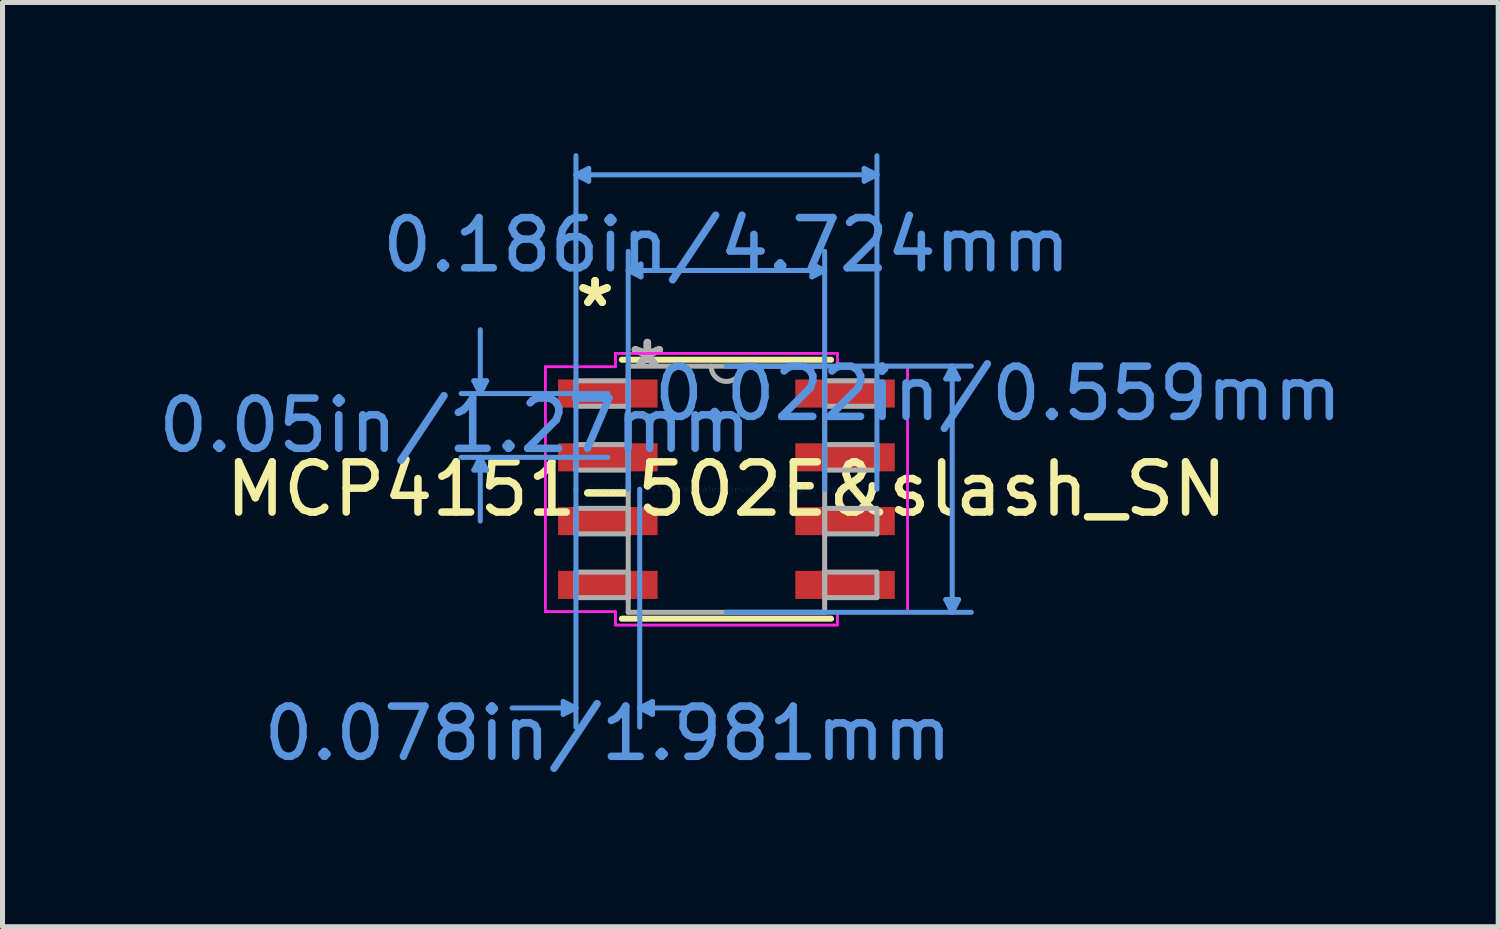
<source format=kicad_pcb>
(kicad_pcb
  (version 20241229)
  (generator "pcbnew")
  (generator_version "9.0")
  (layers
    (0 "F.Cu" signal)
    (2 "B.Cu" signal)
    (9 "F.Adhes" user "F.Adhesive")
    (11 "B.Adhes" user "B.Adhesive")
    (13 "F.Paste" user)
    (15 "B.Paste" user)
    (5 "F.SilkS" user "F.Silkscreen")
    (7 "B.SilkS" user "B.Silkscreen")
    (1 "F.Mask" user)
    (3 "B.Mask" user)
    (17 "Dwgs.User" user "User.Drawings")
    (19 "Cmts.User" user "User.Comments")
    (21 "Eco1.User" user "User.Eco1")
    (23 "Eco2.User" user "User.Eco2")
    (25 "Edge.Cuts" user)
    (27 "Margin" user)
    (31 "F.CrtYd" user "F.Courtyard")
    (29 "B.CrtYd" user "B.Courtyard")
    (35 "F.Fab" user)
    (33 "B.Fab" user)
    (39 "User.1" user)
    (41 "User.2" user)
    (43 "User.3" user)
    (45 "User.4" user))
  (footprint "MCP4151-502E&slash_SN"
    (layer "F.Cu")
    (at 11.416 6.692)
    (property "Reference" "MCP4151-502E&slash_SN" (at 0 0 0) (layer "F.SilkS") (effects (font (size 1 1) (thickness 0.15))))
    (attr through_hole)
    (fp_line (start -2.083 2.578) (end 2.083 2.578) (stroke (width 0.12) (type solid)) (layer "F.SilkS"))
    (fp_line (start 2.083 -2.578) (end -2.083 -2.578) (stroke (width 0.12) (type solid)) (layer "F.SilkS"))
    (fp_line (start -5.029 -2.159) (end -4.775 -2.159) (stroke (width 0.1) (type solid)) (layer "Cmts.User"))
    (fp_line (start -5.029 -0.381) (end -4.775 -0.381) (stroke (width 0.1) (type solid)) (layer "Cmts.User"))
    (fp_line (start -4.902 -1.905) (end -5.029 -2.159) (stroke (width 0.1) (type solid)) (layer "Cmts.User"))
    (fp_line (start -4.902 -1.905) (end -4.902 -3.175) (stroke (width 0.1) (type solid)) (layer "Cmts.User"))
    (fp_line (start -4.902 -1.905) (end -4.775 -2.159) (stroke (width 0.1) (type solid)) (layer "Cmts.User"))
    (fp_line (start -4.902 -0.635) (end -5.029 -0.381) (stroke (width 0.1) (type solid)) (layer "Cmts.User"))
    (fp_line (start -4.902 -0.635) (end -4.902 0.635) (stroke (width 0.1) (type solid)) (layer "Cmts.User"))
    (fp_line (start -4.902 -0.635) (end -4.775 -0.381) (stroke (width 0.1) (type solid)) (layer "Cmts.User"))
    (fp_line (start -3.251 4.229) (end -3.251 4.483) (stroke (width 0.1) (type solid)) (layer "Cmts.User"))
    (fp_line (start -2.997 -6.261) (end -2.743 -6.388) (stroke (width 0.1) (type solid)) (layer "Cmts.User"))
    (fp_line (start -2.997 -6.261) (end -2.743 -6.134) (stroke (width 0.1) (type solid)) (layer "Cmts.User"))
    (fp_line (start -2.997 -6.261) (end 2.997 -6.261) (stroke (width 0.1) (type solid)) (layer "Cmts.User"))
    (fp_line (start -2.997 0) (end -2.997 -6.642) (stroke (width 0.1) (type solid)) (layer "Cmts.User"))
    (fp_line (start -2.997 0) (end -2.997 4.737) (stroke (width 0.1) (type solid)) (layer "Cmts.User"))
    (fp_line (start -2.997 4.356) (end -4.267 4.356) (stroke (width 0.1) (type solid)) (layer "Cmts.User"))
    (fp_line (start -2.997 4.356) (end -3.251 4.229) (stroke (width 0.1) (type solid)) (layer "Cmts.User"))
    (fp_line (start -2.997 4.356) (end -3.251 4.483) (stroke (width 0.1) (type solid)) (layer "Cmts.User"))
    (fp_line (start -2.743 -6.388) (end -2.743 -6.134) (stroke (width 0.1) (type solid)) (layer "Cmts.User"))
    (fp_line (start -2.362 -1.905) (end -5.283 -1.905) (stroke (width 0.1) (type solid)) (layer "Cmts.User"))
    (fp_line (start -2.362 -0.635) (end -5.283 -0.635) (stroke (width 0.1) (type solid)) (layer "Cmts.User"))
    (fp_line (start -1.956 -4.356) (end -1.702 -4.483) (stroke (width 0.1) (type solid)) (layer "Cmts.User"))
    (fp_line (start -1.956 -4.356) (end -1.702 -4.229) (stroke (width 0.1) (type solid)) (layer "Cmts.User"))
    (fp_line (start -1.956 -4.356) (end 1.956 -4.356) (stroke (width 0.1) (type solid)) (layer "Cmts.User"))
    (fp_line (start -1.956 0) (end -1.956 -4.737) (stroke (width 0.1) (type solid)) (layer "Cmts.User"))
    (fp_line (start -1.727 0) (end -1.727 4.737) (stroke (width 0.1) (type solid)) (layer "Cmts.User"))
    (fp_line (start -1.727 4.356) (end -1.473 4.229) (stroke (width 0.1) (type solid)) (layer "Cmts.User"))
    (fp_line (start -1.727 4.356) (end -1.473 4.483) (stroke (width 0.1) (type solid)) (layer "Cmts.User"))
    (fp_line (start -1.727 4.356) (end -0.457 4.356) (stroke (width 0.1) (type solid)) (layer "Cmts.User"))
    (fp_line (start -1.702 -4.483) (end -1.702 -4.229) (stroke (width 0.1) (type solid)) (layer "Cmts.User"))
    (fp_line (start -1.473 4.229) (end -1.473 4.483) (stroke (width 0.1) (type solid)) (layer "Cmts.User"))
    (fp_line (start 0 -2.451) (end 4.877 -2.451) (stroke (width 0.1) (type solid)) (layer "Cmts.User"))
    (fp_line (start 0 2.451) (end 4.877 2.451) (stroke (width 0.1) (type solid)) (layer "Cmts.User"))
    (fp_line (start 1.702 -4.483) (end 1.702 -4.229) (stroke (width 0.1) (type solid)) (layer "Cmts.User"))
    (fp_line (start 1.956 -4.356) (end 1.702 -4.483) (stroke (width 0.1) (type solid)) (layer "Cmts.User"))
    (fp_line (start 1.956 -4.356) (end 1.702 -4.229) (stroke (width 0.1) (type solid)) (layer "Cmts.User"))
    (fp_line (start 1.956 0) (end 1.956 -4.737) (stroke (width 0.1) (type solid)) (layer "Cmts.User"))
    (fp_line (start 2.743 -6.388) (end 2.743 -6.134) (stroke (width 0.1) (type solid)) (layer "Cmts.User"))
    (fp_line (start 2.997 -6.261) (end 2.743 -6.388) (stroke (width 0.1) (type solid)) (layer "Cmts.User"))
    (fp_line (start 2.997 -6.261) (end 2.743 -6.134) (stroke (width 0.1) (type solid)) (layer "Cmts.User"))
    (fp_line (start 2.997 0) (end 2.997 -6.642) (stroke (width 0.1) (type solid)) (layer "Cmts.User"))
    (fp_line (start 4.369 -2.197) (end 4.623 -2.197) (stroke (width 0.1) (type solid)) (layer "Cmts.User"))
    (fp_line (start 4.369 2.197) (end 4.623 2.197) (stroke (width 0.1) (type solid)) (layer "Cmts.User"))
    (fp_line (start 4.496 -2.451) (end 4.369 -2.197) (stroke (width 0.1) (type solid)) (layer "Cmts.User"))
    (fp_line (start 4.496 -2.451) (end 4.496 2.451) (stroke (width 0.1) (type solid)) (layer "Cmts.User"))
    (fp_line (start 4.496 -2.451) (end 4.623 -2.197) (stroke (width 0.1) (type solid)) (layer "Cmts.User"))
    (fp_line (start 4.496 2.451) (end 4.369 2.197) (stroke (width 0.1) (type solid)) (layer "Cmts.User"))
    (fp_line (start 4.496 2.451) (end 4.623 2.197) (stroke (width 0.1) (type solid)) (layer "Cmts.User"))
    (fp_line (start -3.607 -2.438) (end -2.21 -2.438) (stroke (width 0.05) (type solid)) (layer "F.CrtYd"))
    (fp_line (start -3.607 -2.438) (end -2.21 -2.438) (stroke (width 0.05) (type solid)) (layer "F.CrtYd"))
    (fp_line (start -3.607 2.438) (end -3.607 -2.438) (stroke (width 0.05) (type solid)) (layer "F.CrtYd"))
    (fp_line (start -3.607 2.438) (end -3.607 -2.438) (stroke (width 0.05) (type solid)) (layer "F.CrtYd"))
    (fp_line (start -3.607 2.438) (end -2.21 2.438) (stroke (width 0.05) (type solid)) (layer "F.CrtYd"))
    (fp_line (start -2.21 -2.705) (end 2.21 -2.705) (stroke (width 0.05) (type solid)) (layer "F.CrtYd"))
    (fp_line (start -2.21 -2.705) (end 2.21 -2.705) (stroke (width 0.05) (type solid)) (layer "F.CrtYd"))
    (fp_line (start -2.21 -2.438) (end -2.21 -2.705) (stroke (width 0.05) (type solid)) (layer "F.CrtYd"))
    (fp_line (start -2.21 -2.438) (end -2.21 -2.705) (stroke (width 0.05) (type solid)) (layer "F.CrtYd"))
    (fp_line (start -2.21 2.438) (end -3.607 2.438) (stroke (width 0.05) (type solid)) (layer "F.CrtYd"))
    (fp_line (start -2.21 2.705) (end -2.21 2.438) (stroke (width 0.05) (type solid)) (layer "F.CrtYd"))
    (fp_line (start -2.21 2.705) (end -2.21 2.438) (stroke (width 0.05) (type solid)) (layer "F.CrtYd"))
    (fp_line (start 2.21 -2.705) (end 2.21 -2.438) (stroke (width 0.05) (type solid)) (layer "F.CrtYd"))
    (fp_line (start 2.21 -2.705) (end 2.21 -2.438) (stroke (width 0.05) (type solid)) (layer "F.CrtYd"))
    (fp_line (start 2.21 -2.438) (end 3.607 -2.438) (stroke (width 0.05) (type solid)) (layer "F.CrtYd"))
    (fp_line (start 2.21 2.438) (end 2.21 2.705) (stroke (width 0.05) (type solid)) (layer "F.CrtYd"))
    (fp_line (start 2.21 2.438) (end 2.21 2.705) (stroke (width 0.05) (type solid)) (layer "F.CrtYd"))
    (fp_line (start 2.21 2.705) (end -2.21 2.705) (stroke (width 0.05) (type solid)) (layer "F.CrtYd"))
    (fp_line (start 2.21 2.705) (end -2.21 2.705) (stroke (width 0.05) (type solid)) (layer "F.CrtYd"))
    (fp_line (start 3.607 -2.438) (end 2.21 -2.438) (stroke (width 0.05) (type solid)) (layer "F.CrtYd"))
    (fp_line (start 3.607 -2.438) (end 3.607 2.438) (stroke (width 0.05) (type solid)) (layer "F.CrtYd"))
    (fp_line (start 3.607 -2.438) (end 3.607 2.438) (stroke (width 0.05) (type solid)) (layer "F.CrtYd"))
    (fp_line (start 3.607 2.438) (end 2.21 2.438) (stroke (width 0.05) (type solid)) (layer "F.CrtYd"))
    (fp_line (start 3.607 2.438) (end 2.21 2.438) (stroke (width 0.05) (type solid)) (layer "F.CrtYd"))
    (fp_line (start -2.997 -2.159) (end -2.997 -1.651) (stroke (width 0.1) (type solid)) (layer "F.Fab"))
    (fp_line (start -2.997 -1.651) (end -1.956 -1.651) (stroke (width 0.1) (type solid)) (layer "F.Fab"))
    (fp_line (start -2.997 -0.889) (end -2.997 -0.381) (stroke (width 0.1) (type solid)) (layer "F.Fab"))
    (fp_line (start -2.997 -0.381) (end -1.956 -0.381) (stroke (width 0.1) (type solid)) (layer "F.Fab"))
    (fp_line (start -2.997 0.381) (end -2.997 0.889) (stroke (width 0.1) (type solid)) (layer "F.Fab"))
    (fp_line (start -2.997 0.889) (end -1.956 0.889) (stroke (width 0.1) (type solid)) (layer "F.Fab"))
    (fp_line (start -2.997 1.651) (end -2.997 2.159) (stroke (width 0.1) (type solid)) (layer "F.Fab"))
    (fp_line (start -2.997 2.159) (end -1.956 2.159) (stroke (width 0.1) (type solid)) (layer "F.Fab"))
    (fp_line (start -1.956 -2.451) (end -1.956 2.451) (stroke (width 0.1) (type solid)) (layer "F.Fab"))
    (fp_line (start -1.956 -2.159) (end -2.997 -2.159) (stroke (width 0.1) (type solid)) (layer "F.Fab"))
    (fp_line (start -1.956 -1.651) (end -1.956 -2.159) (stroke (width 0.1) (type solid)) (layer "F.Fab"))
    (fp_line (start -1.956 -0.889) (end -2.997 -0.889) (stroke (width 0.1) (type solid)) (layer "F.Fab"))
    (fp_line (start -1.956 -0.381) (end -1.956 -0.889) (stroke (width 0.1) (type solid)) (layer "F.Fab"))
    (fp_line (start -1.956 0.381) (end -2.997 0.381) (stroke (width 0.1) (type solid)) (layer "F.Fab"))
    (fp_line (start -1.956 0.889) (end -1.956 0.381) (stroke (width 0.1) (type solid)) (layer "F.Fab"))
    (fp_line (start -1.956 1.651) (end -2.997 1.651) (stroke (width 0.1) (type solid)) (layer "F.Fab"))
    (fp_line (start -1.956 2.159) (end -1.956 1.651) (stroke (width 0.1) (type solid)) (layer "F.Fab"))
    (fp_line (start -1.956 2.451) (end 1.956 2.451) (stroke (width 0.1) (type solid)) (layer "F.Fab"))
    (fp_line (start 1.956 -2.451) (end -1.956 -2.451) (stroke (width 0.1) (type solid)) (layer "F.Fab"))
    (fp_line (start 1.956 -2.159) (end 1.956 -1.651) (stroke (width 0.1) (type solid)) (layer "F.Fab"))
    (fp_line (start 1.956 -1.651) (end 2.997 -1.651) (stroke (width 0.1) (type solid)) (layer "F.Fab"))
    (fp_line (start 1.956 -0.889) (end 1.956 -0.381) (stroke (width 0.1) (type solid)) (layer "F.Fab"))
    (fp_line (start 1.956 -0.381) (end 2.997 -0.381) (stroke (width 0.1) (type solid)) (layer "F.Fab"))
    (fp_line (start 1.956 0.381) (end 1.956 0.889) (stroke (width 0.1) (type solid)) (layer "F.Fab"))
    (fp_line (start 1.956 0.889) (end 2.997 0.889) (stroke (width 0.1) (type solid)) (layer "F.Fab"))
    (fp_line (start 1.956 1.651) (end 1.956 2.159) (stroke (width 0.1) (type solid)) (layer "F.Fab"))
    (fp_line (start 1.956 2.159) (end 2.997 2.159) (stroke (width 0.1) (type solid)) (layer "F.Fab"))
    (fp_line (start 1.956 2.451) (end 1.956 -2.451) (stroke (width 0.1) (type solid)) (layer "F.Fab"))
    (fp_line (start 2.997 -2.159) (end 1.956 -2.159) (stroke (width 0.1) (type solid)) (layer "F.Fab"))
    (fp_line (start 2.997 -1.651) (end 2.997 -2.159) (stroke (width 0.1) (type solid)) (layer "F.Fab"))
    (fp_line (start 2.997 -0.889) (end 1.956 -0.889) (stroke (width 0.1) (type solid)) (layer "F.Fab"))
    (fp_line (start 2.997 -0.381) (end 2.997 -0.889) (stroke (width 0.1) (type solid)) (layer "F.Fab"))
    (fp_line (start 2.997 0.381) (end 1.956 0.381) (stroke (width 0.1) (type solid)) (layer "F.Fab"))
    (fp_line (start 2.997 0.889) (end 2.997 0.381) (stroke (width 0.1) (type solid)) (layer "F.Fab"))
    (fp_line (start 2.997 1.651) (end 1.956 1.651) (stroke (width 0.1) (type solid)) (layer "F.Fab"))
    (fp_line (start 2.997 2.159) (end 2.997 1.651) (stroke (width 0.1) (type solid)) (layer "F.Fab"))
    (fp_arc (start 0.3048 -2.4511) (mid 0 -2.1463) (end -0.3048 -2.4511) (stroke (width 0.1) (type solid)) (layer "F.Fab"))
    (fp_text user "*" (at -2.616 -3.607 0) (layer "F.SilkS") (effects (font (size 1 1) (thickness 0.15))))
    (fp_text user "*" (at -2.616 -3.607 0) (layer "F.SilkS") (effects (font (size 1 1) (thickness 0.15))))
    (fp_text user "0.186in/4.724mm" (at 0 -4.864 0) (layer "Cmts.User") (effects (font (size 1 1) (thickness 0.15))))
    (fp_text user "0.05in/1.27mm" (at -5.41 -1.27 0) (layer "Cmts.User") (effects (font (size 1 1) (thickness 0.15))))
    (fp_text user "0.078in/1.981mm" (at -2.362 4.864 0) (layer "Cmts.User") (effects (font (size 1 1) (thickness 0.15))))
    (fp_text user "Copyright 2021 Accelerated Designs. All rights reserved." (at 0 0 0) (layer "Cmts.User") (effects (font (size 0.127 0.127) (thickness 0.002))))
    (fp_text user "0.022in/0.559mm" (at 5.41 -1.905 0) (layer "Cmts.User") (effects (font (size 1 1) (thickness 0.15))))
    (fp_text user "*" (at -1.575 -2.375 0) (layer "F.Fab") (effects (font (size 1 1) (thickness 0.15))))
    (fp_text user "*" (at -1.575 -2.375 0) (layer "F.Fab") (effects (font (size 1 1) (thickness 0.15))))
    (pad "1" smd rect (at -2.362 -1.905) (size 1.981 0.559) (layers "F.Cu" "F.Mask" "F.Paste"))
    (pad "2" smd rect (at -2.362 -0.635) (size 1.981 0.559) (layers "F.Cu" "F.Mask" "F.Paste"))
    (pad "3" smd rect (at -2.362 0.635) (size 1.981 0.559) (layers "F.Cu" "F.Mask" "F.Paste"))
    (pad "4" smd rect (at -2.362 1.905) (size 1.981 0.559) (layers "F.Cu" "F.Mask" "F.Paste"))
    (pad "5" smd rect (at 2.362 1.905) (size 1.981 0.559) (layers "F.Cu" "F.Mask" "F.Paste"))
    (pad "6" smd rect (at 2.362 0.635) (size 1.981 0.559) (layers "F.Cu" "F.Mask" "F.Paste"))
    (pad "7" smd rect (at 2.362 -0.635) (size 1.981 0.559) (layers "F.Cu" "F.Mask" "F.Paste"))
    (pad "8" smd rect (at 2.362 -1.905) (size 1.981 0.559) (layers "F.Cu" "F.Mask" "F.Paste")))
  (gr_rect
    (start -3 -3)
    (end 26.785 15.404)
    (stroke (width 0.1) (type default))
    (fill no)
    (layer "Edge.Cuts")))
</source>
